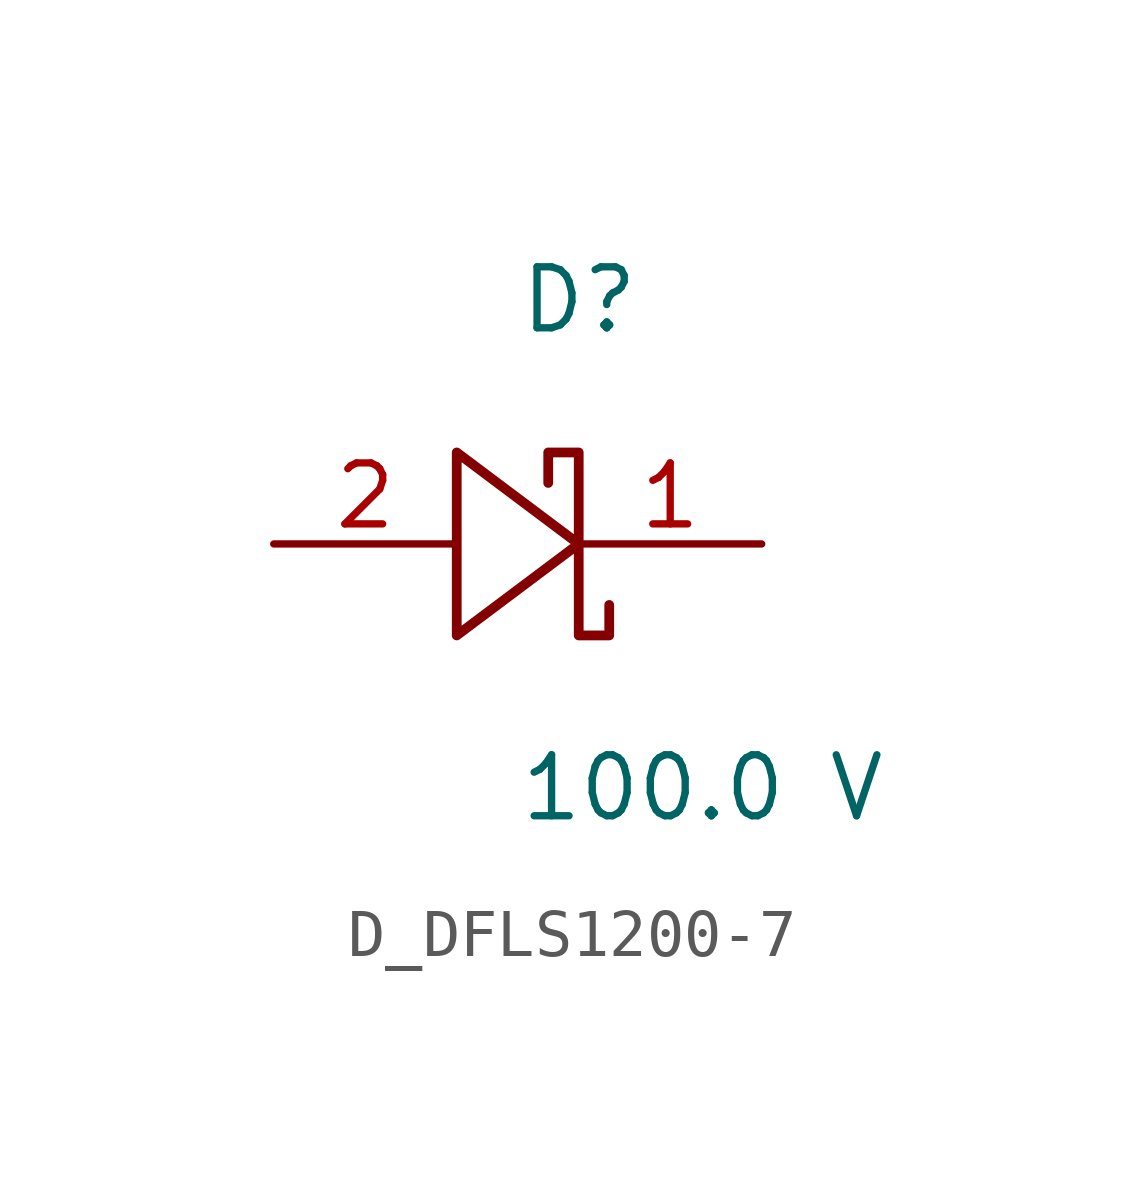
<source format=kicad_sym>
(kicad_symbol_lib
  (version 20231120)
  (generator kicad_symbol_editor)
  (generator_version 8.0)
  (symbol "D_DFLS1200-7"
    (pin_names
      (offset 0.254))
    (property "Reference" "D"
      (at 0 5.08 0)
      (effects (font (size 1.27 1.27)) (justify left)))
    (property "Value" "100.0 V"
      (at 0 -5.08 0)
      (effects (font (size 1.27 1.27)) (justify left)))
    (symbol "D_DFLS1200-7_1_0"
      (polyline (pts (xy 0.635 1.27) (xy 0.635 1.905) (xy 1.27 1.905) (xy 1.27 0) (xy -1.27 1.905) (xy -1.27 -1.905) (xy 1.27 0) (xy 1.27 -1.905) (xy 1.905 -1.905) (xy 1.905 -1.27)) (stroke (width 0.203) (type default)) (fill (type none)))
      (pin passive line (at 5.08 0 180) (length 3.81) (name "" (effects (font (size 1.27 1.27)))) (number "1" (effects (font (size 1.27 1.27)))))
      (pin passive line (at -5.08 0 0) (length 3.81) (name "" (effects (font (size 1.27 1.27)))) (number "2" (effects (font (size 1.27 1.27))))))))
</source>
